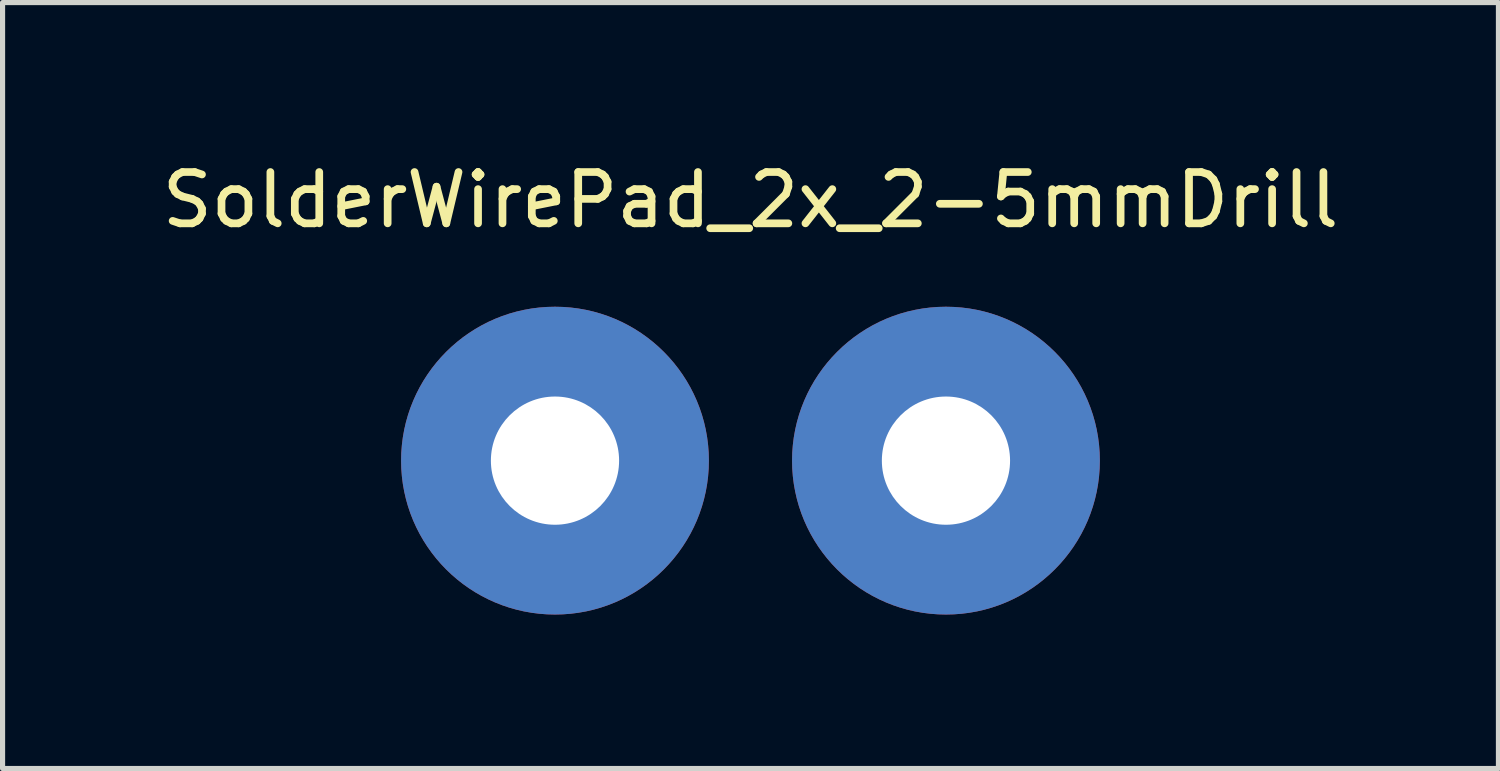
<source format=kicad_pcb>
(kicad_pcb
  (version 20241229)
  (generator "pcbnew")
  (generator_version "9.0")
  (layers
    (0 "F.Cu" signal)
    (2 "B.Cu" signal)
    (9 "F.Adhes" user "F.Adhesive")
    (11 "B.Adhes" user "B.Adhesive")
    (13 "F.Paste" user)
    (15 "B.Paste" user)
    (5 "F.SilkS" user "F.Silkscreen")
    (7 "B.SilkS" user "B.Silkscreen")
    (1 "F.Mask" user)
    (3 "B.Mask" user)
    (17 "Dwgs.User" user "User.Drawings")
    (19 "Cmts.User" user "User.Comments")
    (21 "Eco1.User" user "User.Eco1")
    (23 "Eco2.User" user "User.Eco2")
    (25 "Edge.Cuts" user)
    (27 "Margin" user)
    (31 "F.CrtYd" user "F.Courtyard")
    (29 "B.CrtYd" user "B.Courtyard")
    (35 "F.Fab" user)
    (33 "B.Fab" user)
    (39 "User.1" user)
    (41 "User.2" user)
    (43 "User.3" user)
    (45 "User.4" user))
  (footprint "SolderWirePad_2x_2-5mmDrill"
    (layer "F.Cu")
    (at 11.577 5.928)
    (property "Reference" "SolderWirePad_2x_2-5mmDrill" (at 0 -5.08 0) (layer "F.SilkS") (effects (font (size 1 1) (thickness 0.15))))
    (attr through_hole)
    (pad "1" thru_hole circle (at 3.81 0) (size 5.999 5.999) (drill 2.499) (layers "*.Cu" "*.Mask"))
    (pad "2" thru_hole circle (at -3.81 0) (size 5.999 5.999) (drill 2.499) (layers "*.Cu" "*.Mask")))
  (gr_rect
    (start -3 -3)
    (end 26.155 11.928)
    (stroke (width 0.1) (type default))
    (fill no)
    (layer "Edge.Cuts")))
</source>
